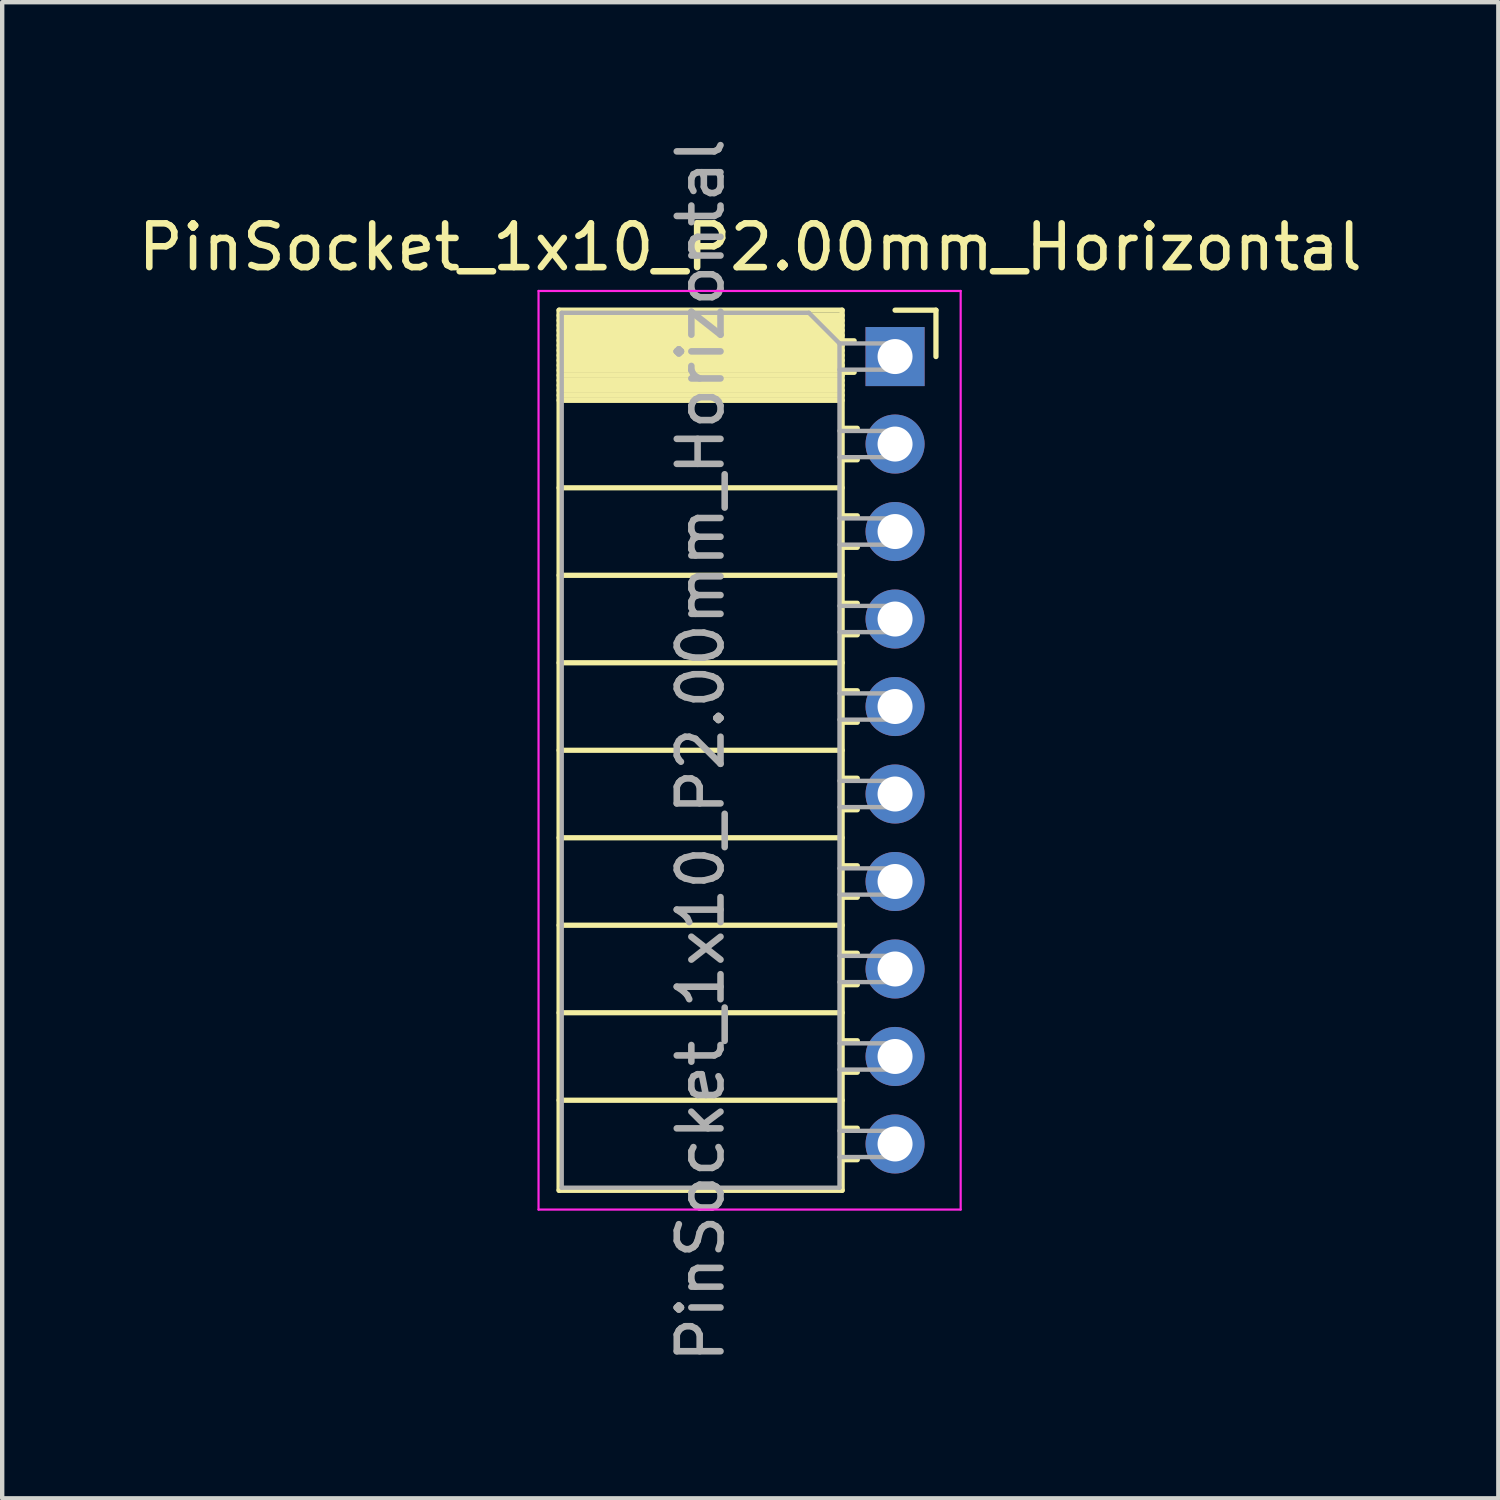
<source format=kicad_pcb>
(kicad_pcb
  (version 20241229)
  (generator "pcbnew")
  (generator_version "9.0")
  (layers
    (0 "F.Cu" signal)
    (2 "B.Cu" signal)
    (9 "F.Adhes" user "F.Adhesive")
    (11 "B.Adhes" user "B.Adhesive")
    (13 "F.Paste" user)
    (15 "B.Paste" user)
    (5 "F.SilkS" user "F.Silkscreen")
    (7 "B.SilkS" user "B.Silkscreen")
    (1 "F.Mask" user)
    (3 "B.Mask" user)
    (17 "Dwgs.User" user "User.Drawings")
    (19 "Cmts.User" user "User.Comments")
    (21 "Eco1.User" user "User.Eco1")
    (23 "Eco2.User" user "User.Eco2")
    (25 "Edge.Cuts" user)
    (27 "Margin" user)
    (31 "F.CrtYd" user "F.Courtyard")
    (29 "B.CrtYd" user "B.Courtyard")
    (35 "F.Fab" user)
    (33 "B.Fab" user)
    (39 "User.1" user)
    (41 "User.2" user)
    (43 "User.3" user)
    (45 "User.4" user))
  (footprint "PinSocket_1x10_P2.00mm_Horizontal"
    (layer "F.Cu")
    (at 17.411 5.101)
    (property "Reference" "PinSocket_1x10_P2.00mm_Horizontal" (at -3.31 -2.5 0) (layer "F.SilkS") (effects (font (size 1 1) (thickness 0.15))))
    (attr through_hole)
    (fp_line (start -7.68 -1.06) (end -7.68 19.06) (stroke (width 0.12) (type solid)) (layer "F.SilkS"))
    (fp_line (start -7.68 -1.06) (end -1.21 -1.06) (stroke (width 0.12) (type solid)) (layer "F.SilkS"))
    (fp_line (start -7.68 -0.94) (end -1.21 -0.94) (stroke (width 0.12) (type solid)) (layer "F.SilkS"))
    (fp_line (start -7.68 -0.826) (end -1.21 -0.826) (stroke (width 0.12) (type solid)) (layer "F.SilkS"))
    (fp_line (start -7.68 -0.712) (end -1.21 -0.712) (stroke (width 0.12) (type solid)) (layer "F.SilkS"))
    (fp_line (start -7.68 -0.598) (end -1.21 -0.598) (stroke (width 0.12) (type solid)) (layer "F.SilkS"))
    (fp_line (start -7.68 -0.484) (end -1.21 -0.484) (stroke (width 0.12) (type solid)) (layer "F.SilkS"))
    (fp_line (start -7.68 -0.369) (end -1.21 -0.369) (stroke (width 0.12) (type solid)) (layer "F.SilkS"))
    (fp_line (start -7.68 -0.255) (end -1.21 -0.255) (stroke (width 0.12) (type solid)) (layer "F.SilkS"))
    (fp_line (start -7.68 -0.141) (end -1.21 -0.141) (stroke (width 0.12) (type solid)) (layer "F.SilkS"))
    (fp_line (start -7.68 -0.027) (end -1.21 -0.027) (stroke (width 0.12) (type solid)) (layer "F.SilkS"))
    (fp_line (start -7.68 0.087) (end -1.21 0.087) (stroke (width 0.12) (type solid)) (layer "F.SilkS"))
    (fp_line (start -7.68 0.201) (end -1.21 0.201) (stroke (width 0.12) (type solid)) (layer "F.SilkS"))
    (fp_line (start -7.68 0.315) (end -1.21 0.315) (stroke (width 0.12) (type solid)) (layer "F.SilkS"))
    (fp_line (start -7.68 0.429) (end -1.21 0.429) (stroke (width 0.12) (type solid)) (layer "F.SilkS"))
    (fp_line (start -7.68 0.544) (end -1.21 0.544) (stroke (width 0.12) (type solid)) (layer "F.SilkS"))
    (fp_line (start -7.68 0.658) (end -1.21 0.658) (stroke (width 0.12) (type solid)) (layer "F.SilkS"))
    (fp_line (start -7.68 0.772) (end -1.21 0.772) (stroke (width 0.12) (type solid)) (layer "F.SilkS"))
    (fp_line (start -7.68 0.886) (end -1.21 0.886) (stroke (width 0.12) (type solid)) (layer "F.SilkS"))
    (fp_line (start -7.68 1) (end -1.21 1) (stroke (width 0.12) (type solid)) (layer "F.SilkS"))
    (fp_line (start -7.68 3) (end -1.21 3) (stroke (width 0.12) (type solid)) (layer "F.SilkS"))
    (fp_line (start -7.68 5) (end -1.21 5) (stroke (width 0.12) (type solid)) (layer "F.SilkS"))
    (fp_line (start -7.68 7) (end -1.21 7) (stroke (width 0.12) (type solid)) (layer "F.SilkS"))
    (fp_line (start -7.68 9) (end -1.21 9) (stroke (width 0.12) (type solid)) (layer "F.SilkS"))
    (fp_line (start -7.68 11) (end -1.21 11) (stroke (width 0.12) (type solid)) (layer "F.SilkS"))
    (fp_line (start -7.68 13) (end -1.21 13) (stroke (width 0.12) (type solid)) (layer "F.SilkS"))
    (fp_line (start -7.68 15) (end -1.21 15) (stroke (width 0.12) (type solid)) (layer "F.SilkS"))
    (fp_line (start -7.68 17) (end -1.21 17) (stroke (width 0.12) (type solid)) (layer "F.SilkS"))
    (fp_line (start -7.68 19.06) (end -1.21 19.06) (stroke (width 0.12) (type solid)) (layer "F.SilkS"))
    (fp_line (start -1.21 -1.06) (end -1.21 19.06) (stroke (width 0.12) (type solid)) (layer "F.SilkS"))
    (fp_line (start -1.21 -0.36) (end -0.935 -0.36) (stroke (width 0.12) (type solid)) (layer "F.SilkS"))
    (fp_line (start -1.21 0.36) (end -0.935 0.36) (stroke (width 0.12) (type solid)) (layer "F.SilkS"))
    (fp_line (start -1.21 1.64) (end -0.863 1.64) (stroke (width 0.12) (type solid)) (layer "F.SilkS"))
    (fp_line (start -1.21 2.36) (end -0.863 2.36) (stroke (width 0.12) (type solid)) (layer "F.SilkS"))
    (fp_line (start -1.21 3.64) (end -0.863 3.64) (stroke (width 0.12) (type solid)) (layer "F.SilkS"))
    (fp_line (start -1.21 4.36) (end -0.863 4.36) (stroke (width 0.12) (type solid)) (layer "F.SilkS"))
    (fp_line (start -1.21 5.64) (end -0.863 5.64) (stroke (width 0.12) (type solid)) (layer "F.SilkS"))
    (fp_line (start -1.21 6.36) (end -0.863 6.36) (stroke (width 0.12) (type solid)) (layer "F.SilkS"))
    (fp_line (start -1.21 7.64) (end -0.863 7.64) (stroke (width 0.12) (type solid)) (layer "F.SilkS"))
    (fp_line (start -1.21 8.36) (end -0.863 8.36) (stroke (width 0.12) (type solid)) (layer "F.SilkS"))
    (fp_line (start -1.21 9.64) (end -0.863 9.64) (stroke (width 0.12) (type solid)) (layer "F.SilkS"))
    (fp_line (start -1.21 10.36) (end -0.863 10.36) (stroke (width 0.12) (type solid)) (layer "F.SilkS"))
    (fp_line (start -1.21 11.64) (end -0.863 11.64) (stroke (width 0.12) (type solid)) (layer "F.SilkS"))
    (fp_line (start -1.21 12.36) (end -0.863 12.36) (stroke (width 0.12) (type solid)) (layer "F.SilkS"))
    (fp_line (start -1.21 13.64) (end -0.863 13.64) (stroke (width 0.12) (type solid)) (layer "F.SilkS"))
    (fp_line (start -1.21 14.36) (end -0.863 14.36) (stroke (width 0.12) (type solid)) (layer "F.SilkS"))
    (fp_line (start -1.21 15.64) (end -0.863 15.64) (stroke (width 0.12) (type solid)) (layer "F.SilkS"))
    (fp_line (start -1.21 16.36) (end -0.863 16.36) (stroke (width 0.12) (type solid)) (layer "F.SilkS"))
    (fp_line (start -1.21 17.64) (end -0.863 17.64) (stroke (width 0.12) (type solid)) (layer "F.SilkS"))
    (fp_line (start -1.21 18.36) (end -0.863 18.36) (stroke (width 0.12) (type solid)) (layer "F.SilkS"))
    (fp_line (start 0 -1.06) (end 0.935 -1.06) (stroke (width 0.12) (type solid)) (layer "F.SilkS"))
    (fp_line (start 0.935 -1.06) (end 0.935 0) (stroke (width 0.12) (type solid)) (layer "F.SilkS"))
    (fp_line (start -8.15 -1.5) (end -8.15 19.5) (stroke (width 0.05) (type solid)) (layer "F.CrtYd"))
    (fp_line (start -8.15 19.5) (end 1.5 19.5) (stroke (width 0.05) (type solid)) (layer "F.CrtYd"))
    (fp_line (start 1.5 -1.5) (end -8.15 -1.5) (stroke (width 0.05) (type solid)) (layer "F.CrtYd"))
    (fp_line (start 1.5 19.5) (end 1.5 -1.5) (stroke (width 0.05) (type solid)) (layer "F.CrtYd"))
    (fp_line (start -7.62 -1) (end -1.97 -1) (stroke (width 0.1) (type solid)) (layer "F.Fab"))
    (fp_line (start -7.62 19) (end -7.62 -1) (stroke (width 0.1) (type solid)) (layer "F.Fab"))
    (fp_line (start -1.97 -1) (end -1.27 -0.3) (stroke (width 0.1) (type solid)) (layer "F.Fab"))
    (fp_line (start -1.27 -0.3) (end -1.27 19) (stroke (width 0.1) (type solid)) (layer "F.Fab"))
    (fp_line (start -1.27 0.3) (end 0 0.3) (stroke (width 0.1) (type solid)) (layer "F.Fab"))
    (fp_line (start -1.27 2.3) (end 0 2.3) (stroke (width 0.1) (type solid)) (layer "F.Fab"))
    (fp_line (start -1.27 4.3) (end 0 4.3) (stroke (width 0.1) (type solid)) (layer "F.Fab"))
    (fp_line (start -1.27 6.3) (end 0 6.3) (stroke (width 0.1) (type solid)) (layer "F.Fab"))
    (fp_line (start -1.27 8.3) (end 0 8.3) (stroke (width 0.1) (type solid)) (layer "F.Fab"))
    (fp_line (start -1.27 10.3) (end 0 10.3) (stroke (width 0.1) (type solid)) (layer "F.Fab"))
    (fp_line (start -1.27 12.3) (end 0 12.3) (stroke (width 0.1) (type solid)) (layer "F.Fab"))
    (fp_line (start -1.27 14.3) (end 0 14.3) (stroke (width 0.1) (type solid)) (layer "F.Fab"))
    (fp_line (start -1.27 16.3) (end 0 16.3) (stroke (width 0.1) (type solid)) (layer "F.Fab"))
    (fp_line (start -1.27 18.3) (end 0 18.3) (stroke (width 0.1) (type solid)) (layer "F.Fab"))
    (fp_line (start -1.27 19) (end -7.62 19) (stroke (width 0.1) (type solid)) (layer "F.Fab"))
    (fp_line (start 0 -0.3) (end -1.27 -0.3) (stroke (width 0.1) (type solid)) (layer "F.Fab"))
    (fp_line (start 0 0.3) (end 0 -0.3) (stroke (width 0.1) (type solid)) (layer "F.Fab"))
    (fp_line (start 0 1.7) (end -1.27 1.7) (stroke (width 0.1) (type solid)) (layer "F.Fab"))
    (fp_line (start 0 2.3) (end 0 1.7) (stroke (width 0.1) (type solid)) (layer "F.Fab"))
    (fp_line (start 0 3.7) (end -1.27 3.7) (stroke (width 0.1) (type solid)) (layer "F.Fab"))
    (fp_line (start 0 4.3) (end 0 3.7) (stroke (width 0.1) (type solid)) (layer "F.Fab"))
    (fp_line (start 0 5.7) (end -1.27 5.7) (stroke (width 0.1) (type solid)) (layer "F.Fab"))
    (fp_line (start 0 6.3) (end 0 5.7) (stroke (width 0.1) (type solid)) (layer "F.Fab"))
    (fp_line (start 0 7.7) (end -1.27 7.7) (stroke (width 0.1) (type solid)) (layer "F.Fab"))
    (fp_line (start 0 8.3) (end 0 7.7) (stroke (width 0.1) (type solid)) (layer "F.Fab"))
    (fp_line (start 0 9.7) (end -1.27 9.7) (stroke (width 0.1) (type solid)) (layer "F.Fab"))
    (fp_line (start 0 10.3) (end 0 9.7) (stroke (width 0.1) (type solid)) (layer "F.Fab"))
    (fp_line (start 0 11.7) (end -1.27 11.7) (stroke (width 0.1) (type solid)) (layer "F.Fab"))
    (fp_line (start 0 12.3) (end 0 11.7) (stroke (width 0.1) (type solid)) (layer "F.Fab"))
    (fp_line (start 0 13.7) (end -1.27 13.7) (stroke (width 0.1) (type solid)) (layer "F.Fab"))
    (fp_line (start 0 14.3) (end 0 13.7) (stroke (width 0.1) (type solid)) (layer "F.Fab"))
    (fp_line (start 0 15.7) (end -1.27 15.7) (stroke (width 0.1) (type solid)) (layer "F.Fab"))
    (fp_line (start 0 16.3) (end 0 15.7) (stroke (width 0.1) (type solid)) (layer "F.Fab"))
    (fp_line (start 0 17.7) (end -1.27 17.7) (stroke (width 0.1) (type solid)) (layer "F.Fab"))
    (fp_line (start 0 18.3) (end 0 17.7) (stroke (width 0.1) (type solid)) (layer "F.Fab"))
    (fp_text user "${REFERENCE}" (at -4.445 9 90) (layer "F.Fab") (effects (font (size 1 1) (thickness 0.15))))
    (pad "1" thru_hole rect (at 0 0) (size 1.35 1.35) (drill 0.8) (layers "*.Cu" "*.Mask"))
    (pad "2" thru_hole oval (at 0 2) (size 1.35 1.35) (drill 0.8) (layers "*.Cu" "*.Mask"))
    (pad "3" thru_hole oval (at 0 4) (size 1.35 1.35) (drill 0.8) (layers "*.Cu" "*.Mask"))
    (pad "4" thru_hole oval (at 0 6) (size 1.35 1.35) (drill 0.8) (layers "*.Cu" "*.Mask"))
    (pad "5" thru_hole oval (at 0 8) (size 1.35 1.35) (drill 0.8) (layers "*.Cu" "*.Mask"))
    (pad "6" thru_hole oval (at 0 10) (size 1.35 1.35) (drill 0.8) (layers "*.Cu" "*.Mask"))
    (pad "7" thru_hole oval (at 0 12) (size 1.35 1.35) (drill 0.8) (layers "*.Cu" "*.Mask"))
    (pad "8" thru_hole oval (at 0 14) (size 1.35 1.35) (drill 0.8) (layers "*.Cu" "*.Mask"))
    (pad "9" thru_hole oval (at 0 16) (size 1.35 1.35) (drill 0.8) (layers "*.Cu" "*.Mask"))
    (pad "10" thru_hole oval (at 0 18) (size 1.35 1.35) (drill 0.8) (layers "*.Cu" "*.Mask")))
  (gr_rect
    (start -3 -3)
    (end 31.202 31.202)
    (stroke (width 0.1) (type default))
    (fill no)
    (layer "Edge.Cuts")))
</source>
